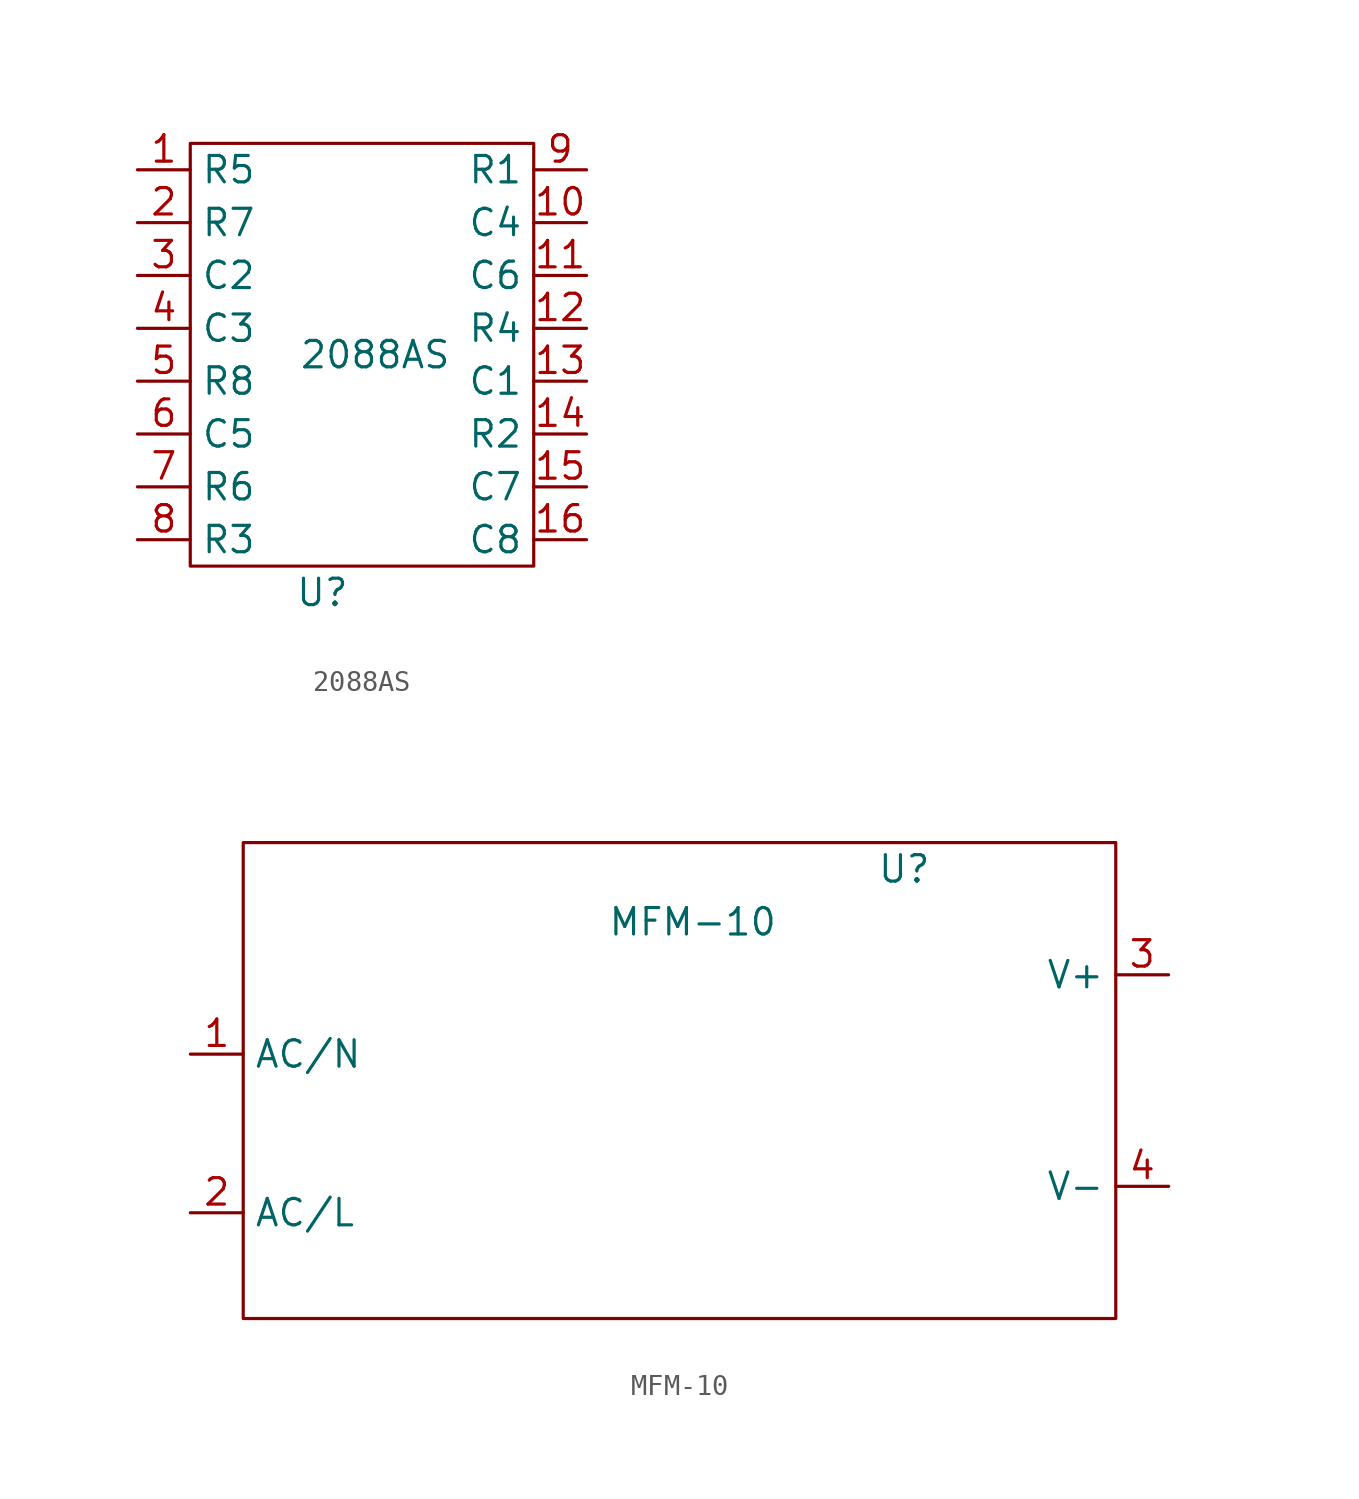
<source format=kicad_sym>
(kicad_symbol_lib
  (version 20211014)
  (generator kicad_symbol_editor)
  (symbol "2088AS"
    (property "Reference" "U"
      (at -2.54 2.54 0)
      (effects (font (size 1.27 1.27))))
    (property "Value" "2088AS"
      (at 0 13.97 0)
      (effects (font (size 1.27 1.27))))
    (symbol "2088AS_0_1"
      (rectangle (start -8.89 24.13) (end 7.62 3.81) (stroke (width 0) (type default) (color 0 0 0 0)) (fill (type none))))
    (symbol "2088AS_1_1"
      (pin input line (at -11.43 22.86 0) (length 2.54) (name "R5" (effects (font (size 1.27 1.27)))) (number "1" (effects (font (size 1.27 1.27)))))
      (pin input line (at 10.16 20.32 180) (length 2.54) (name "C4" (effects (font (size 1.27 1.27)))) (number "10" (effects (font (size 1.27 1.27)))))
      (pin input line (at 10.16 17.78 180) (length 2.54) (name "C6" (effects (font (size 1.27 1.27)))) (number "11" (effects (font (size 1.27 1.27)))))
      (pin input line (at 10.16 15.24 180) (length 2.54) (name "R4" (effects (font (size 1.27 1.27)))) (number "12" (effects (font (size 1.27 1.27)))))
      (pin input line (at 10.16 12.7 180) (length 2.54) (name "C1" (effects (font (size 1.27 1.27)))) (number "13" (effects (font (size 1.27 1.27)))))
      (pin input line (at 10.16 10.16 180) (length 2.54) (name "R2" (effects (font (size 1.27 1.27)))) (number "14" (effects (font (size 1.27 1.27)))))
      (pin input line (at 10.16 7.62 180) (length 2.54) (name "C7" (effects (font (size 1.27 1.27)))) (number "15" (effects (font (size 1.27 1.27)))))
      (pin input line (at 10.16 5.08 180) (length 2.54) (name "C8" (effects (font (size 1.27 1.27)))) (number "16" (effects (font (size 1.27 1.27)))))
      (pin input line (at -11.43 20.32 0) (length 2.54) (name "R7" (effects (font (size 1.27 1.27)))) (number "2" (effects (font (size 1.27 1.27)))))
      (pin input line (at -11.43 17.78 0) (length 2.54) (name "C2" (effects (font (size 1.27 1.27)))) (number "3" (effects (font (size 1.27 1.27)))))
      (pin input line (at -11.43 15.24 0) (length 2.54) (name "C3" (effects (font (size 1.27 1.27)))) (number "4" (effects (font (size 1.27 1.27)))))
      (pin input line (at -11.43 12.7 0) (length 2.54) (name "R8" (effects (font (size 1.27 1.27)))) (number "5" (effects (font (size 1.27 1.27)))))
      (pin input line (at -11.43 10.16 0) (length 2.54) (name "C5" (effects (font (size 1.27 1.27)))) (number "6" (effects (font (size 1.27 1.27)))))
      (pin input line (at -11.43 7.62 0) (length 2.54) (name "R6" (effects (font (size 1.27 1.27)))) (number "7" (effects (font (size 1.27 1.27)))))
      (pin input line (at -11.43 5.08 0) (length 2.54) (name "R3" (effects (font (size 1.27 1.27)))) (number "8" (effects (font (size 1.27 1.27)))))
      (pin input line (at 10.16 22.86 180) (length 2.54) (name "R1" (effects (font (size 1.27 1.27)))) (number "9" (effects (font (size 1.27 1.27)))))))
  (symbol "MFM-10"
    (property "Reference" "U"
      (at 20.32 -3.81 0)
      (effects (font (size 1.27 1.27))))
    (property "Value" "MFM-10"
      (at 10.16 -6.35 0)
      (effects (font (size 1.27 1.27))))
    (symbol "MFM-10_0_1"
      (rectangle (start -11.43 -2.54) (end 30.48 -25.4) (stroke (width 0) (type default) (color 0 0 0 0)) (fill (type none))))
    (symbol "MFM-10_1_1"
      (pin power_in line (at -13.97 -12.7 0) (length 2.54) (name "AC/N" (effects (font (size 1.27 1.27)))) (number "1" (effects (font (size 1.27 1.27)))))
      (pin power_in line (at -13.97 -20.32 0) (length 2.54) (name "AC/L" (effects (font (size 1.27 1.27)))) (number "2" (effects (font (size 1.27 1.27)))))
      (pin power_in line (at 33.02 -8.89 180) (length 2.54) (name "V+" (effects (font (size 1.27 1.27)))) (number "3" (effects (font (size 1.27 1.27)))))
      (pin power_in line (at 33.02 -19.05 180) (length 2.54) (name "V-" (effects (font (size 1.27 1.27)))) (number "4" (effects (font (size 1.27 1.27))))))))
</source>
